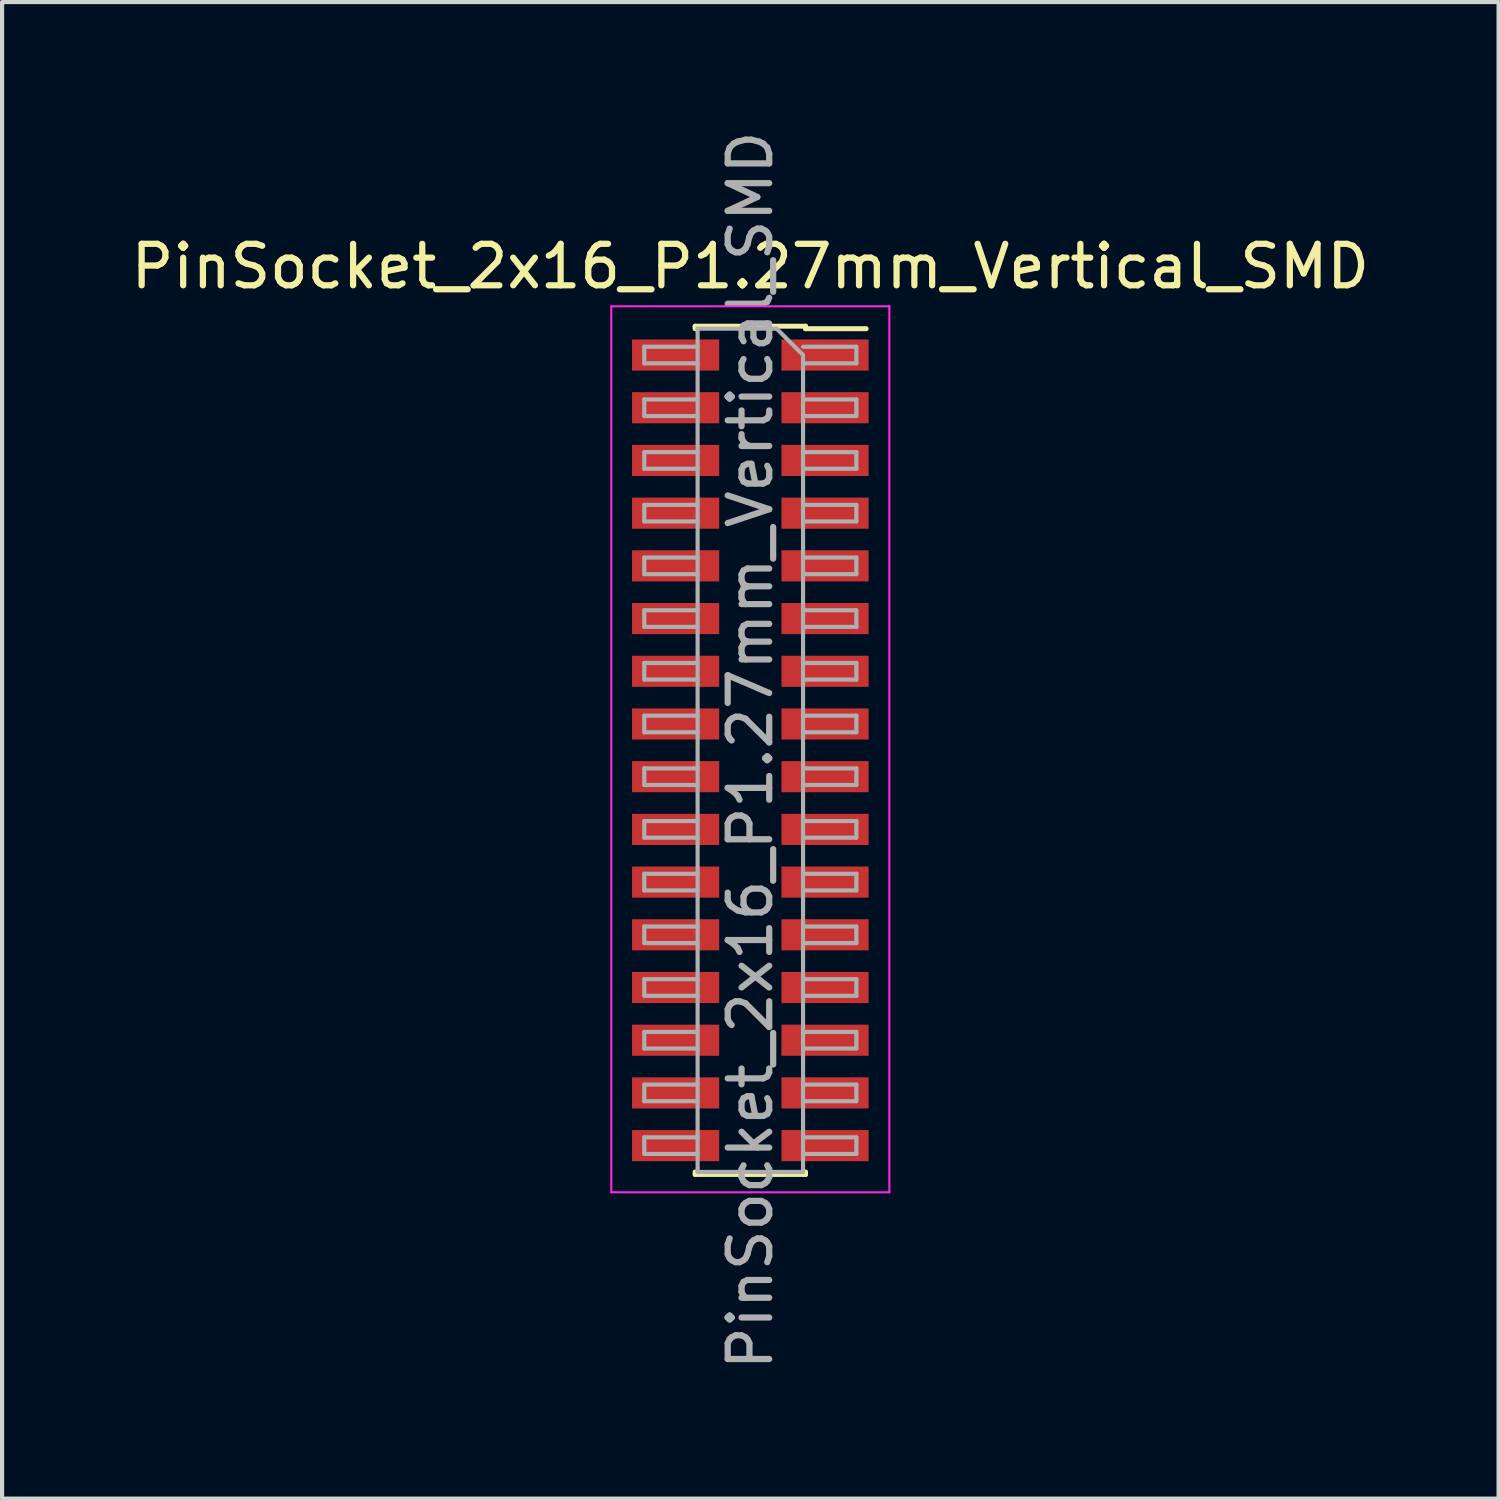
<source format=kicad_pcb>
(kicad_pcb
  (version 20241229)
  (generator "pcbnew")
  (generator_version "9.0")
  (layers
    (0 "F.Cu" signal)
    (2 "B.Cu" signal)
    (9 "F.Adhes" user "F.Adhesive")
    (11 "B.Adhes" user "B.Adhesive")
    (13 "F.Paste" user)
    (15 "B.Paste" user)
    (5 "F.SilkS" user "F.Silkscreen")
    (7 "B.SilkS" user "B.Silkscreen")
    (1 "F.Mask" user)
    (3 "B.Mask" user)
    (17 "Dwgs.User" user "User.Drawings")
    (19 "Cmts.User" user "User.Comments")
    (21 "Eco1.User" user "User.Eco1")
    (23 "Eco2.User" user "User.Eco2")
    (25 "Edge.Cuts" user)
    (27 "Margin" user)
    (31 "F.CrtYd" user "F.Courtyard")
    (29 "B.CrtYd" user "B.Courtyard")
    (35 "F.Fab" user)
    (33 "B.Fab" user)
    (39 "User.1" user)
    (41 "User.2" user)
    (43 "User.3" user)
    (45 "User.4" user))
  (footprint "PinSocket_2x16_P1.27mm_Vertical_SMD"
    (layer "F.Cu")
    (at 15.03 15.03)
    (property "Reference" "PinSocket_2x16_P1.27mm_Vertical_SMD" (at 0 -11.66 0) (layer "F.SilkS") (effects (font (size 1 1) (thickness 0.15))))
    (attr smd)
    (fp_line (start -1.33 -10.22) (end -1.33 -10.16) (stroke (width 0.12) (type solid)) (layer "F.SilkS"))
    (fp_line (start -1.33 -10.22) (end 1.33 -10.22) (stroke (width 0.12) (type solid)) (layer "F.SilkS"))
    (fp_line (start -1.33 10.16) (end -1.33 10.22) (stroke (width 0.12) (type solid)) (layer "F.SilkS"))
    (fp_line (start -1.33 10.22) (end 1.33 10.22) (stroke (width 0.12) (type solid)) (layer "F.SilkS"))
    (fp_line (start 1.33 -10.22) (end 1.33 -10.16) (stroke (width 0.12) (type solid)) (layer "F.SilkS"))
    (fp_line (start 1.33 -10.16) (end 2.79 -10.16) (stroke (width 0.12) (type solid)) (layer "F.SilkS"))
    (fp_line (start 1.33 10.16) (end 1.33 10.22) (stroke (width 0.12) (type solid)) (layer "F.SilkS"))
    (fp_line (start -3.35 -10.7) (end 3.35 -10.7) (stroke (width 0.05) (type solid)) (layer "F.CrtYd"))
    (fp_line (start -3.35 10.65) (end -3.35 -10.7) (stroke (width 0.05) (type solid)) (layer "F.CrtYd"))
    (fp_line (start 3.35 -10.7) (end 3.35 10.65) (stroke (width 0.05) (type solid)) (layer "F.CrtYd"))
    (fp_line (start 3.35 10.65) (end -3.35 10.65) (stroke (width 0.05) (type solid)) (layer "F.CrtYd"))
    (fp_line (start -2.555 -9.725) (end -1.27 -9.725) (stroke (width 0.1) (type solid)) (layer "F.Fab"))
    (fp_line (start -2.555 -9.325) (end -2.555 -9.725) (stroke (width 0.1) (type solid)) (layer "F.Fab"))
    (fp_line (start -2.555 -8.455) (end -1.27 -8.455) (stroke (width 0.1) (type solid)) (layer "F.Fab"))
    (fp_line (start -2.555 -8.055) (end -2.555 -8.455) (stroke (width 0.1) (type solid)) (layer "F.Fab"))
    (fp_line (start -2.555 -7.185) (end -1.27 -7.185) (stroke (width 0.1) (type solid)) (layer "F.Fab"))
    (fp_line (start -2.555 -6.785) (end -2.555 -7.185) (stroke (width 0.1) (type solid)) (layer "F.Fab"))
    (fp_line (start -2.555 -5.915) (end -1.27 -5.915) (stroke (width 0.1) (type solid)) (layer "F.Fab"))
    (fp_line (start -2.555 -5.515) (end -2.555 -5.915) (stroke (width 0.1) (type solid)) (layer "F.Fab"))
    (fp_line (start -2.555 -4.645) (end -1.27 -4.645) (stroke (width 0.1) (type solid)) (layer "F.Fab"))
    (fp_line (start -2.555 -4.245) (end -2.555 -4.645) (stroke (width 0.1) (type solid)) (layer "F.Fab"))
    (fp_line (start -2.555 -3.375) (end -1.27 -3.375) (stroke (width 0.1) (type solid)) (layer "F.Fab"))
    (fp_line (start -2.555 -2.975) (end -2.555 -3.375) (stroke (width 0.1) (type solid)) (layer "F.Fab"))
    (fp_line (start -2.555 -2.105) (end -1.27 -2.105) (stroke (width 0.1) (type solid)) (layer "F.Fab"))
    (fp_line (start -2.555 -1.705) (end -2.555 -2.105) (stroke (width 0.1) (type solid)) (layer "F.Fab"))
    (fp_line (start -2.555 -0.835) (end -1.27 -0.835) (stroke (width 0.1) (type solid)) (layer "F.Fab"))
    (fp_line (start -2.555 -0.435) (end -2.555 -0.835) (stroke (width 0.1) (type solid)) (layer "F.Fab"))
    (fp_line (start -2.555 0.435) (end -1.27 0.435) (stroke (width 0.1) (type solid)) (layer "F.Fab"))
    (fp_line (start -2.555 0.835) (end -2.555 0.435) (stroke (width 0.1) (type solid)) (layer "F.Fab"))
    (fp_line (start -2.555 1.705) (end -1.27 1.705) (stroke (width 0.1) (type solid)) (layer "F.Fab"))
    (fp_line (start -2.555 2.105) (end -2.555 1.705) (stroke (width 0.1) (type solid)) (layer "F.Fab"))
    (fp_line (start -2.555 2.975) (end -1.27 2.975) (stroke (width 0.1) (type solid)) (layer "F.Fab"))
    (fp_line (start -2.555 3.375) (end -2.555 2.975) (stroke (width 0.1) (type solid)) (layer "F.Fab"))
    (fp_line (start -2.555 4.245) (end -1.27 4.245) (stroke (width 0.1) (type solid)) (layer "F.Fab"))
    (fp_line (start -2.555 4.645) (end -2.555 4.245) (stroke (width 0.1) (type solid)) (layer "F.Fab"))
    (fp_line (start -2.555 5.515) (end -1.27 5.515) (stroke (width 0.1) (type solid)) (layer "F.Fab"))
    (fp_line (start -2.555 5.915) (end -2.555 5.515) (stroke (width 0.1) (type solid)) (layer "F.Fab"))
    (fp_line (start -2.555 6.785) (end -1.27 6.785) (stroke (width 0.1) (type solid)) (layer "F.Fab"))
    (fp_line (start -2.555 7.185) (end -2.555 6.785) (stroke (width 0.1) (type solid)) (layer "F.Fab"))
    (fp_line (start -2.555 8.055) (end -1.27 8.055) (stroke (width 0.1) (type solid)) (layer "F.Fab"))
    (fp_line (start -2.555 8.455) (end -2.555 8.055) (stroke (width 0.1) (type solid)) (layer "F.Fab"))
    (fp_line (start -2.555 9.325) (end -1.27 9.325) (stroke (width 0.1) (type solid)) (layer "F.Fab"))
    (fp_line (start -2.555 9.725) (end -2.555 9.325) (stroke (width 0.1) (type solid)) (layer "F.Fab"))
    (fp_line (start -1.27 -10.16) (end 0.635 -10.16) (stroke (width 0.1) (type solid)) (layer "F.Fab"))
    (fp_line (start -1.27 -9.325) (end -2.555 -9.325) (stroke (width 0.1) (type solid)) (layer "F.Fab"))
    (fp_line (start -1.27 -8.055) (end -2.555 -8.055) (stroke (width 0.1) (type solid)) (layer "F.Fab"))
    (fp_line (start -1.27 -6.785) (end -2.555 -6.785) (stroke (width 0.1) (type solid)) (layer "F.Fab"))
    (fp_line (start -1.27 -5.515) (end -2.555 -5.515) (stroke (width 0.1) (type solid)) (layer "F.Fab"))
    (fp_line (start -1.27 -4.245) (end -2.555 -4.245) (stroke (width 0.1) (type solid)) (layer "F.Fab"))
    (fp_line (start -1.27 -2.975) (end -2.555 -2.975) (stroke (width 0.1) (type solid)) (layer "F.Fab"))
    (fp_line (start -1.27 -1.705) (end -2.555 -1.705) (stroke (width 0.1) (type solid)) (layer "F.Fab"))
    (fp_line (start -1.27 -0.435) (end -2.555 -0.435) (stroke (width 0.1) (type solid)) (layer "F.Fab"))
    (fp_line (start -1.27 0.835) (end -2.555 0.835) (stroke (width 0.1) (type solid)) (layer "F.Fab"))
    (fp_line (start -1.27 2.105) (end -2.555 2.105) (stroke (width 0.1) (type solid)) (layer "F.Fab"))
    (fp_line (start -1.27 3.375) (end -2.555 3.375) (stroke (width 0.1) (type solid)) (layer "F.Fab"))
    (fp_line (start -1.27 4.645) (end -2.555 4.645) (stroke (width 0.1) (type solid)) (layer "F.Fab"))
    (fp_line (start -1.27 5.915) (end -2.555 5.915) (stroke (width 0.1) (type solid)) (layer "F.Fab"))
    (fp_line (start -1.27 7.185) (end -2.555 7.185) (stroke (width 0.1) (type solid)) (layer "F.Fab"))
    (fp_line (start -1.27 8.455) (end -2.555 8.455) (stroke (width 0.1) (type solid)) (layer "F.Fab"))
    (fp_line (start -1.27 9.725) (end -2.555 9.725) (stroke (width 0.1) (type solid)) (layer "F.Fab"))
    (fp_line (start -1.27 10.16) (end -1.27 -10.16) (stroke (width 0.1) (type solid)) (layer "F.Fab"))
    (fp_line (start 0.635 -10.16) (end 1.27 -9.525) (stroke (width 0.1) (type solid)) (layer "F.Fab"))
    (fp_line (start 1.27 -9.725) (end 2.555 -9.725) (stroke (width 0.1) (type solid)) (layer "F.Fab"))
    (fp_line (start 1.27 -9.525) (end 1.27 10.16) (stroke (width 0.1) (type solid)) (layer "F.Fab"))
    (fp_line (start 1.27 -8.455) (end 2.555 -8.455) (stroke (width 0.1) (type solid)) (layer "F.Fab"))
    (fp_line (start 1.27 -7.185) (end 2.555 -7.185) (stroke (width 0.1) (type solid)) (layer "F.Fab"))
    (fp_line (start 1.27 -5.915) (end 2.555 -5.915) (stroke (width 0.1) (type solid)) (layer "F.Fab"))
    (fp_line (start 1.27 -4.645) (end 2.555 -4.645) (stroke (width 0.1) (type solid)) (layer "F.Fab"))
    (fp_line (start 1.27 -3.375) (end 2.555 -3.375) (stroke (width 0.1) (type solid)) (layer "F.Fab"))
    (fp_line (start 1.27 -2.105) (end 2.555 -2.105) (stroke (width 0.1) (type solid)) (layer "F.Fab"))
    (fp_line (start 1.27 -0.835) (end 2.555 -0.835) (stroke (width 0.1) (type solid)) (layer "F.Fab"))
    (fp_line (start 1.27 0.435) (end 2.555 0.435) (stroke (width 0.1) (type solid)) (layer "F.Fab"))
    (fp_line (start 1.27 1.705) (end 2.555 1.705) (stroke (width 0.1) (type solid)) (layer "F.Fab"))
    (fp_line (start 1.27 2.975) (end 2.555 2.975) (stroke (width 0.1) (type solid)) (layer "F.Fab"))
    (fp_line (start 1.27 4.245) (end 2.555 4.245) (stroke (width 0.1) (type solid)) (layer "F.Fab"))
    (fp_line (start 1.27 5.515) (end 2.555 5.515) (stroke (width 0.1) (type solid)) (layer "F.Fab"))
    (fp_line (start 1.27 6.785) (end 2.555 6.785) (stroke (width 0.1) (type solid)) (layer "F.Fab"))
    (fp_line (start 1.27 8.055) (end 2.555 8.055) (stroke (width 0.1) (type solid)) (layer "F.Fab"))
    (fp_line (start 1.27 9.325) (end 2.555 9.325) (stroke (width 0.1) (type solid)) (layer "F.Fab"))
    (fp_line (start 1.27 10.16) (end -1.27 10.16) (stroke (width 0.1) (type solid)) (layer "F.Fab"))
    (fp_line (start 2.555 -9.725) (end 2.555 -9.325) (stroke (width 0.1) (type solid)) (layer "F.Fab"))
    (fp_line (start 2.555 -9.325) (end 1.27 -9.325) (stroke (width 0.1) (type solid)) (layer "F.Fab"))
    (fp_line (start 2.555 -8.455) (end 2.555 -8.055) (stroke (width 0.1) (type solid)) (layer "F.Fab"))
    (fp_line (start 2.555 -8.055) (end 1.27 -8.055) (stroke (width 0.1) (type solid)) (layer "F.Fab"))
    (fp_line (start 2.555 -7.185) (end 2.555 -6.785) (stroke (width 0.1) (type solid)) (layer "F.Fab"))
    (fp_line (start 2.555 -6.785) (end 1.27 -6.785) (stroke (width 0.1) (type solid)) (layer "F.Fab"))
    (fp_line (start 2.555 -5.915) (end 2.555 -5.515) (stroke (width 0.1) (type solid)) (layer "F.Fab"))
    (fp_line (start 2.555 -5.515) (end 1.27 -5.515) (stroke (width 0.1) (type solid)) (layer "F.Fab"))
    (fp_line (start 2.555 -4.645) (end 2.555 -4.245) (stroke (width 0.1) (type solid)) (layer "F.Fab"))
    (fp_line (start 2.555 -4.245) (end 1.27 -4.245) (stroke (width 0.1) (type solid)) (layer "F.Fab"))
    (fp_line (start 2.555 -3.375) (end 2.555 -2.975) (stroke (width 0.1) (type solid)) (layer "F.Fab"))
    (fp_line (start 2.555 -2.975) (end 1.27 -2.975) (stroke (width 0.1) (type solid)) (layer "F.Fab"))
    (fp_line (start 2.555 -2.105) (end 2.555 -1.705) (stroke (width 0.1) (type solid)) (layer "F.Fab"))
    (fp_line (start 2.555 -1.705) (end 1.27 -1.705) (stroke (width 0.1) (type solid)) (layer "F.Fab"))
    (fp_line (start 2.555 -0.835) (end 2.555 -0.435) (stroke (width 0.1) (type solid)) (layer "F.Fab"))
    (fp_line (start 2.555 -0.435) (end 1.27 -0.435) (stroke (width 0.1) (type solid)) (layer "F.Fab"))
    (fp_line (start 2.555 0.435) (end 2.555 0.835) (stroke (width 0.1) (type solid)) (layer "F.Fab"))
    (fp_line (start 2.555 0.835) (end 1.27 0.835) (stroke (width 0.1) (type solid)) (layer "F.Fab"))
    (fp_line (start 2.555 1.705) (end 2.555 2.105) (stroke (width 0.1) (type solid)) (layer "F.Fab"))
    (fp_line (start 2.555 2.105) (end 1.27 2.105) (stroke (width 0.1) (type solid)) (layer "F.Fab"))
    (fp_line (start 2.555 2.975) (end 2.555 3.375) (stroke (width 0.1) (type solid)) (layer "F.Fab"))
    (fp_line (start 2.555 3.375) (end 1.27 3.375) (stroke (width 0.1) (type solid)) (layer "F.Fab"))
    (fp_line (start 2.555 4.245) (end 2.555 4.645) (stroke (width 0.1) (type solid)) (layer "F.Fab"))
    (fp_line (start 2.555 4.645) (end 1.27 4.645) (stroke (width 0.1) (type solid)) (layer "F.Fab"))
    (fp_line (start 2.555 5.515) (end 2.555 5.915) (stroke (width 0.1) (type solid)) (layer "F.Fab"))
    (fp_line (start 2.555 5.915) (end 1.27 5.915) (stroke (width 0.1) (type solid)) (layer "F.Fab"))
    (fp_line (start 2.555 6.785) (end 2.555 7.185) (stroke (width 0.1) (type solid)) (layer "F.Fab"))
    (fp_line (start 2.555 7.185) (end 1.27 7.185) (stroke (width 0.1) (type solid)) (layer "F.Fab"))
    (fp_line (start 2.555 8.055) (end 2.555 8.455) (stroke (width 0.1) (type solid)) (layer "F.Fab"))
    (fp_line (start 2.555 8.455) (end 1.27 8.455) (stroke (width 0.1) (type solid)) (layer "F.Fab"))
    (fp_line (start 2.555 9.325) (end 2.555 9.725) (stroke (width 0.1) (type solid)) (layer "F.Fab"))
    (fp_line (start 2.555 9.725) (end 1.27 9.725) (stroke (width 0.1) (type solid)) (layer "F.Fab"))
    (fp_text user "${REFERENCE}" (at 0 0 90) (layer "F.Fab") (effects (font (size 1 1) (thickness 0.15))))
    (pad "1" smd rect (at 1.8 -9.525) (size 2.1 0.75) (layers "F.Cu" "F.Mask" "F.Paste"))
    (pad "2" smd rect (at -1.8 -9.525) (size 2.1 0.75) (layers "F.Cu" "F.Mask" "F.Paste"))
    (pad "3" smd rect (at 1.8 -8.255) (size 2.1 0.75) (layers "F.Cu" "F.Mask" "F.Paste"))
    (pad "4" smd rect (at -1.8 -8.255) (size 2.1 0.75) (layers "F.Cu" "F.Mask" "F.Paste"))
    (pad "5" smd rect (at 1.8 -6.985) (size 2.1 0.75) (layers "F.Cu" "F.Mask" "F.Paste"))
    (pad "6" smd rect (at -1.8 -6.985) (size 2.1 0.75) (layers "F.Cu" "F.Mask" "F.Paste"))
    (pad "7" smd rect (at 1.8 -5.715) (size 2.1 0.75) (layers "F.Cu" "F.Mask" "F.Paste"))
    (pad "8" smd rect (at -1.8 -5.715) (size 2.1 0.75) (layers "F.Cu" "F.Mask" "F.Paste"))
    (pad "9" smd rect (at 1.8 -4.445) (size 2.1 0.75) (layers "F.Cu" "F.Mask" "F.Paste"))
    (pad "10" smd rect (at -1.8 -4.445) (size 2.1 0.75) (layers "F.Cu" "F.Mask" "F.Paste"))
    (pad "11" smd rect (at 1.8 -3.175) (size 2.1 0.75) (layers "F.Cu" "F.Mask" "F.Paste"))
    (pad "12" smd rect (at -1.8 -3.175) (size 2.1 0.75) (layers "F.Cu" "F.Mask" "F.Paste"))
    (pad "13" smd rect (at 1.8 -1.905) (size 2.1 0.75) (layers "F.Cu" "F.Mask" "F.Paste"))
    (pad "14" smd rect (at -1.8 -1.905) (size 2.1 0.75) (layers "F.Cu" "F.Mask" "F.Paste"))
    (pad "15" smd rect (at 1.8 -0.635) (size 2.1 0.75) (layers "F.Cu" "F.Mask" "F.Paste"))
    (pad "16" smd rect (at -1.8 -0.635) (size 2.1 0.75) (layers "F.Cu" "F.Mask" "F.Paste"))
    (pad "17" smd rect (at 1.8 0.635) (size 2.1 0.75) (layers "F.Cu" "F.Mask" "F.Paste"))
    (pad "18" smd rect (at -1.8 0.635) (size 2.1 0.75) (layers "F.Cu" "F.Mask" "F.Paste"))
    (pad "19" smd rect (at 1.8 1.905) (size 2.1 0.75) (layers "F.Cu" "F.Mask" "F.Paste"))
    (pad "20" smd rect (at -1.8 1.905) (size 2.1 0.75) (layers "F.Cu" "F.Mask" "F.Paste"))
    (pad "21" smd rect (at 1.8 3.175) (size 2.1 0.75) (layers "F.Cu" "F.Mask" "F.Paste"))
    (pad "22" smd rect (at -1.8 3.175) (size 2.1 0.75) (layers "F.Cu" "F.Mask" "F.Paste"))
    (pad "23" smd rect (at 1.8 4.445) (size 2.1 0.75) (layers "F.Cu" "F.Mask" "F.Paste"))
    (pad "24" smd rect (at -1.8 4.445) (size 2.1 0.75) (layers "F.Cu" "F.Mask" "F.Paste"))
    (pad "25" smd rect (at 1.8 5.715) (size 2.1 0.75) (layers "F.Cu" "F.Mask" "F.Paste"))
    (pad "26" smd rect (at -1.8 5.715) (size 2.1 0.75) (layers "F.Cu" "F.Mask" "F.Paste"))
    (pad "27" smd rect (at 1.8 6.985) (size 2.1 0.75) (layers "F.Cu" "F.Mask" "F.Paste"))
    (pad "28" smd rect (at -1.8 6.985) (size 2.1 0.75) (layers "F.Cu" "F.Mask" "F.Paste"))
    (pad "29" smd rect (at 1.8 8.255) (size 2.1 0.75) (layers "F.Cu" "F.Mask" "F.Paste"))
    (pad "30" smd rect (at -1.8 8.255) (size 2.1 0.75) (layers "F.Cu" "F.Mask" "F.Paste"))
    (pad "31" smd rect (at 1.8 9.525) (size 2.1 0.75) (layers "F.Cu" "F.Mask" "F.Paste"))
    (pad "32" smd rect (at -1.8 9.525) (size 2.1 0.75) (layers "F.Cu" "F.Mask" "F.Paste")))
  (gr_rect
    (start -3 -3)
    (end 33.06 33.06)
    (stroke (width 0.1) (type default))
    (fill no)
    (layer "Edge.Cuts")))
</source>
